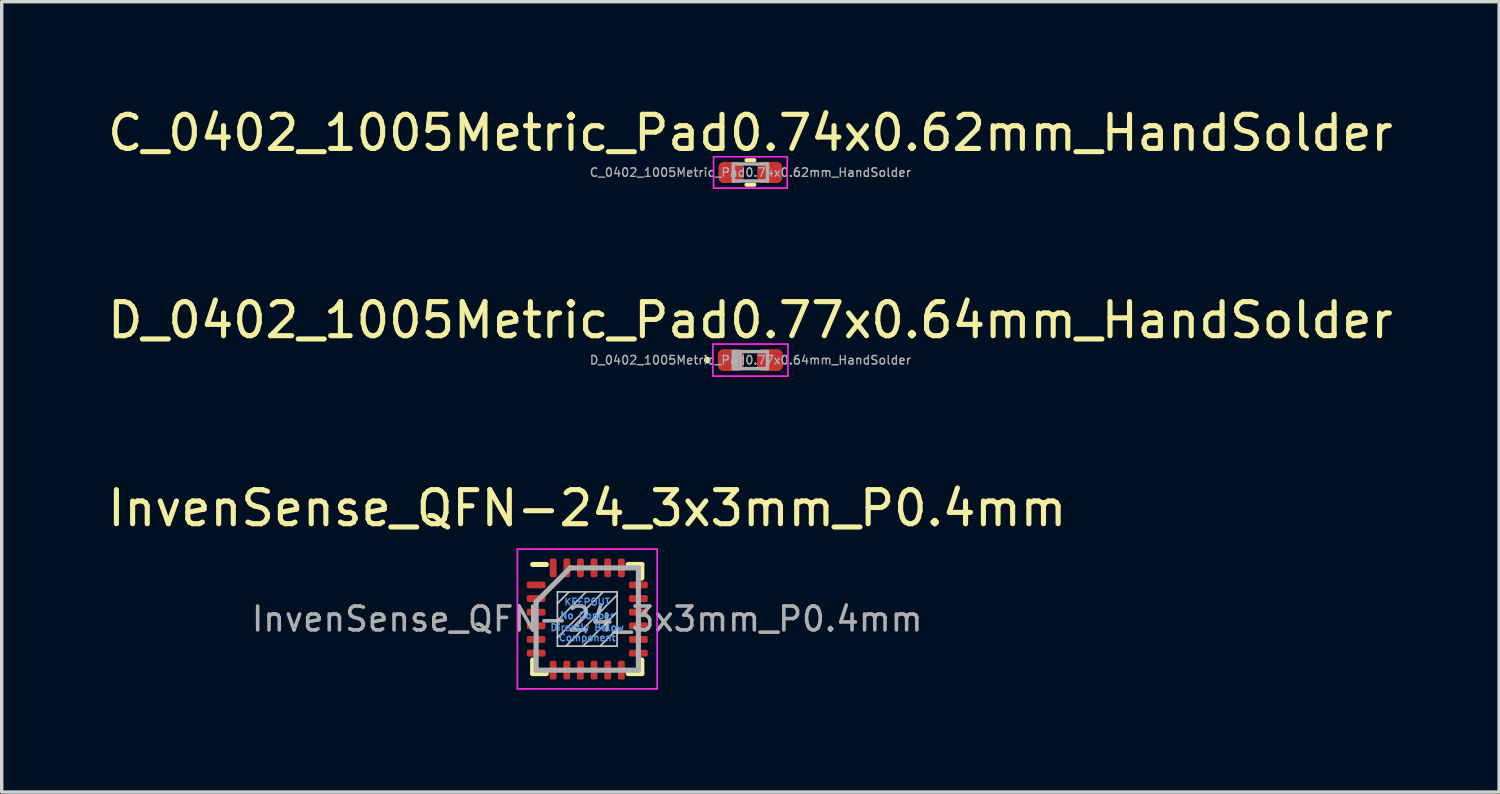
<source format=kicad_pcb>
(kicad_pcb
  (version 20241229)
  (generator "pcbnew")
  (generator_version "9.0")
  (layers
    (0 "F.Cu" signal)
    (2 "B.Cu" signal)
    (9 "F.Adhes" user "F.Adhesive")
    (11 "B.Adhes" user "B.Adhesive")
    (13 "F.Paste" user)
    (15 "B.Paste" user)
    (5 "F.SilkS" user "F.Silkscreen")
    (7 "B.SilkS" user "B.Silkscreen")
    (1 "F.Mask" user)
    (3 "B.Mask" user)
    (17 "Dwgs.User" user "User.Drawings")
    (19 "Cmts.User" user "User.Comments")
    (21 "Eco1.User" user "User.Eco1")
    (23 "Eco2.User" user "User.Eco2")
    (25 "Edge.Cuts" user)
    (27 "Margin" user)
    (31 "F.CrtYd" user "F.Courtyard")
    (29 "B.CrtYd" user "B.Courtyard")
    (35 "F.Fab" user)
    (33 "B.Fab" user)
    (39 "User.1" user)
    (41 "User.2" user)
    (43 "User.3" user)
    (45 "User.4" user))
  (footprint "D_0402_1005Metric_Pad0.77x0.64mm_HandSolder"
    (layer "F.Cu")
    (at 18.958 7.511)
    (property "Reference" "D_0402_1005Metric_Pad0.77x0.64mm_HandSolder" (at 0 -1.17 0) (layer "F.SilkS") (effects (font (size 1 1) (thickness 0.15))))
    (attr smd)
    (fp_circle (center -1.265 0) (end -1.215 0) (stroke (width 0.1) (type solid)) (fill no) (layer "F.SilkS"))
    (fp_line (start -1.1 -0.47) (end 1.1 -0.47) (stroke (width 0.05) (type solid)) (layer "F.CrtYd"))
    (fp_line (start -1.1 0.47) (end -1.1 -0.47) (stroke (width 0.05) (type solid)) (layer "F.CrtYd"))
    (fp_line (start 1.1 -0.47) (end 1.1 0.47) (stroke (width 0.05) (type solid)) (layer "F.CrtYd"))
    (fp_line (start 1.1 0.47) (end -1.1 0.47) (stroke (width 0.05) (type solid)) (layer "F.CrtYd"))
    (fp_line (start -0.5 -0.25) (end 0.5 -0.25) (stroke (width 0.1) (type solid)) (layer "F.Fab"))
    (fp_line (start -0.5 0.25) (end -0.5 -0.25) (stroke (width 0.1) (type solid)) (layer "F.Fab"))
    (fp_line (start -0.4 0.25) (end -0.4 -0.25) (stroke (width 0.1) (type solid)) (layer "F.Fab"))
    (fp_line (start -0.3 0.25) (end -0.3 -0.25) (stroke (width 0.1) (type solid)) (layer "F.Fab"))
    (fp_line (start 0.5 -0.25) (end 0.5 0.25) (stroke (width 0.1) (type solid)) (layer "F.Fab"))
    (fp_line (start 0.5 0.25) (end -0.5 0.25) (stroke (width 0.1) (type solid)) (layer "F.Fab"))
    (fp_text user "${REFERENCE}" (at 0 0 0) (layer "F.Fab") (effects (font (size 0.25 0.25) (thickness 0.04))))
    (pad "1" smd roundrect (at -0.573 0) (size 0.765 0.64) (layers "F.Cu" "F.Mask" "F.Paste") (roundrect_rratio 0.25))
    (pad "2" smd roundrect (at 0.573 0) (size 0.765 0.64) (layers "F.Cu" "F.Mask" "F.Paste") (roundrect_rratio 0.25)))
  (footprint "C_0402_1005Metric_Pad0.74x0.62mm_HandSolder"
    (layer "F.Cu")
    (at 18.958 2.008)
    (property "Reference" "C_0402_1005Metric_Pad0.74x0.62mm_HandSolder" (at 0 -1.16 0) (layer "F.SilkS") (effects (font (size 1 1) (thickness 0.15))))
    (attr smd)
    (fp_line (start -0.116 -0.36) (end 0.116 -0.36) (stroke (width 0.12) (type solid)) (layer "F.SilkS"))
    (fp_line (start -0.116 0.36) (end 0.116 0.36) (stroke (width 0.12) (type solid)) (layer "F.SilkS"))
    (fp_line (start -1.08 -0.46) (end 1.08 -0.46) (stroke (width 0.05) (type solid)) (layer "F.CrtYd"))
    (fp_line (start -1.08 0.46) (end -1.08 -0.46) (stroke (width 0.05) (type solid)) (layer "F.CrtYd"))
    (fp_line (start 1.08 -0.46) (end 1.08 0.46) (stroke (width 0.05) (type solid)) (layer "F.CrtYd"))
    (fp_line (start 1.08 0.46) (end -1.08 0.46) (stroke (width 0.05) (type solid)) (layer "F.CrtYd"))
    (fp_line (start -0.5 -0.25) (end 0.5 -0.25) (stroke (width 0.1) (type solid)) (layer "F.Fab"))
    (fp_line (start -0.5 0.25) (end -0.5 -0.25) (stroke (width 0.1) (type solid)) (layer "F.Fab"))
    (fp_line (start 0.5 -0.25) (end 0.5 0.25) (stroke (width 0.1) (type solid)) (layer "F.Fab"))
    (fp_line (start 0.5 0.25) (end -0.5 0.25) (stroke (width 0.1) (type solid)) (layer "F.Fab"))
    (fp_text user "${REFERENCE}" (at 0 0 0) (layer "F.Fab") (effects (font (size 0.25 0.25) (thickness 0.04))))
    (pad "1" smd roundrect (at -0.568 0) (size 0.735 0.62) (layers "F.Cu" "F.Mask" "F.Paste") (roundrect_rratio 0.25))
    (pad "2" smd roundrect (at 0.568 0) (size 0.735 0.62) (layers "F.Cu" "F.Mask" "F.Paste") (roundrect_rratio 0.25)))
  (footprint "InvenSense_QFN-24_3x3mm_P0.4mm"
    (layer "F.Cu")
    (at 14.173 15.105)
    (property "Reference" "InvenSense_QFN-24_3x3mm_P0.4mm" (at 0 -3.25 0) (layer "F.SilkS") (effects (font (size 1 1) (thickness 0.15))))
    (attr smd)
    (fp_line (start -1.6 -1.6) (end -1.2 -1.6) (stroke (width 0.15) (type solid)) (layer "F.SilkS"))
    (fp_line (start -1.6 1.6) (end -1.6 1.2) (stroke (width 0.15) (type solid)) (layer "F.SilkS"))
    (fp_line (start -1.6 1.6) (end -1.2 1.6) (stroke (width 0.15) (type solid)) (layer "F.SilkS"))
    (fp_line (start 1.6 -1.6) (end 1.2 -1.6) (stroke (width 0.15) (type solid)) (layer "F.SilkS"))
    (fp_line (start 1.6 -1.6) (end 1.6 -1.2) (stroke (width 0.15) (type solid)) (layer "F.SilkS"))
    (fp_line (start 1.6 1.6) (end 1.2 1.6) (stroke (width 0.15) (type solid)) (layer "F.SilkS"))
    (fp_line (start 1.6 1.6) (end 1.6 1.2) (stroke (width 0.15) (type solid)) (layer "F.SilkS"))
    (fp_line (start -0.875 -0.795) (end -0.875 0.795) (stroke (width 0.05) (type solid)) (layer "Dwgs.User"))
    (fp_line (start -0.875 -0.795) (end 0.875 -0.795) (stroke (width 0.05) (type solid)) (layer "Dwgs.User"))
    (fp_line (start -0.875 0.795) (end 0.875 0.795) (stroke (width 0.05) (type solid)) (layer "Dwgs.User"))
    (fp_line (start -0.535 -0.795) (end -0.875 -0.455) (stroke (width 0.05) (type solid)) (layer "Dwgs.User"))
    (fp_line (start -0.035 -0.795) (end -0.875 0.045) (stroke (width 0.05) (type solid)) (layer "Dwgs.User"))
    (fp_line (start 0.465 -0.795) (end -0.875 0.545) (stroke (width 0.05) (type solid)) (layer "Dwgs.User"))
    (fp_line (start 0.875 -0.795) (end 0.875 0.795) (stroke (width 0.05) (type solid)) (layer "Dwgs.User"))
    (fp_line (start 0.875 -0.705) (end -0.625 0.795) (stroke (width 0.05) (type solid)) (layer "Dwgs.User"))
    (fp_line (start 0.875 -0.205) (end -0.125 0.795) (stroke (width 0.05) (type solid)) (layer "Dwgs.User"))
    (fp_line (start 0.875 0.295) (end 0.375 0.795) (stroke (width 0.05) (type solid)) (layer "Dwgs.User"))
    (fp_line (start -2.05 -2.05) (end 2.05 -2.05) (stroke (width 0.05) (type solid)) (layer "F.CrtYd"))
    (fp_line (start -2.05 2.05) (end -2.05 -2.05) (stroke (width 0.05) (type solid)) (layer "F.CrtYd"))
    (fp_line (start 2.05 -2.05) (end 2.05 2.05) (stroke (width 0.05) (type solid)) (layer "F.CrtYd"))
    (fp_line (start 2.05 2.05) (end -2.05 2.05) (stroke (width 0.05) (type solid)) (layer "F.CrtYd"))
    (fp_line (start -1.5 -0.5) (end -0.5 -1.5) (stroke (width 0.15) (type solid)) (layer "F.Fab"))
    (fp_line (start -1.5 1.5) (end -1.5 -0.5) (stroke (width 0.15) (type solid)) (layer "F.Fab"))
    (fp_line (start -0.5 -1.5) (end 1.5 -1.5) (stroke (width 0.15) (type solid)) (layer "F.Fab"))
    (fp_line (start 1.5 -1.5) (end 1.5 1.5) (stroke (width 0.15) (type solid)) (layer "F.Fab"))
    (fp_line (start 1.5 1.5) (end -1.5 1.5) (stroke (width 0.15) (type solid)) (layer "F.Fab"))
    (fp_text user "KEEPOUT" (at 0 -0.5 0) (layer "Cmts.User") (effects (font (size 0.2 0.2) (thickness 0.04))))
    (fp_text user "Component" (at 0 0.55 0) (layer "Cmts.User") (effects (font (size 0.2 0.2) (thickness 0.04))))
    (fp_text user "No Copper" (at 0 -0.1 0) (layer "Cmts.User") (effects (font (size 0.2 0.2) (thickness 0.04))))
    (fp_text user "Directly Below" (at 0 0.25 0) (layer "Cmts.User") (effects (font (size 0.2 0.2) (thickness 0.04))))
    (fp_text user "${REFERENCE}" (at 0 0 0) (layer "F.Fab") (effects (font (size 0.7 0.7) (thickness 0.105))))
    (pad "1" smd roundrect (at -1.5 -1) (size 0.55 0.2) (layers "F.Cu" "F.Mask" "F.Paste") (roundrect_rratio 0.25))
    (pad "2" smd roundrect (at -1.5 -0.6) (size 0.55 0.2) (layers "F.Cu" "F.Mask" "F.Paste") (roundrect_rratio 0.25))
    (pad "3" smd roundrect (at -1.5 -0.2) (size 0.55 0.2) (layers "F.Cu" "F.Mask" "F.Paste") (roundrect_rratio 0.25))
    (pad "4" smd roundrect (at -1.5 0.2) (size 0.55 0.2) (layers "F.Cu" "F.Mask" "F.Paste") (roundrect_rratio 0.25))
    (pad "5" smd roundrect (at -1.5 0.6) (size 0.55 0.2) (layers "F.Cu" "F.Mask" "F.Paste") (roundrect_rratio 0.25))
    (pad "6" smd roundrect (at -1.5 1) (size 0.55 0.2) (layers "F.Cu" "F.Mask" "F.Paste") (roundrect_rratio 0.25))
    (pad "7" smd roundrect (at -1 1.5 90) (size 0.55 0.2) (layers "F.Cu" "F.Mask" "F.Paste") (roundrect_rratio 0.25))
    (pad "8" smd roundrect (at -0.6 1.5 90) (size 0.55 0.2) (layers "F.Cu" "F.Mask" "F.Paste") (roundrect_rratio 0.25))
    (pad "9" smd roundrect (at -0.2 1.5 90) (size 0.55 0.2) (layers "F.Cu" "F.Mask" "F.Paste") (roundrect_rratio 0.25))
    (pad "10" smd roundrect (at 0.2 1.5 90) (size 0.55 0.2) (layers "F.Cu" "F.Mask" "F.Paste") (roundrect_rratio 0.25))
    (pad "11" smd roundrect (at 0.6 1.5 90) (size 0.55 0.2) (layers "F.Cu" "F.Mask" "F.Paste") (roundrect_rratio 0.25))
    (pad "12" smd roundrect (at 1 1.5 90) (size 0.55 0.2) (layers "F.Cu" "F.Mask" "F.Paste") (roundrect_rratio 0.25))
    (pad "13" smd roundrect (at 1.5 1) (size 0.55 0.2) (layers "F.Cu" "F.Mask" "F.Paste") (roundrect_rratio 0.25))
    (pad "14" smd roundrect (at 1.5 0.6) (size 0.55 0.2) (layers "F.Cu" "F.Mask" "F.Paste") (roundrect_rratio 0.25))
    (pad "15" smd roundrect (at 1.5 0.2) (size 0.55 0.2) (layers "F.Cu" "F.Mask" "F.Paste") (roundrect_rratio 0.25))
    (pad "16" smd roundrect (at 1.5 -0.2) (size 0.55 0.2) (layers "F.Cu" "F.Mask" "F.Paste") (roundrect_rratio 0.25))
    (pad "17" smd roundrect (at 1.5 -0.6) (size 0.55 0.2) (layers "F.Cu" "F.Mask" "F.Paste") (roundrect_rratio 0.25))
    (pad "18" smd roundrect (at 1.5 -1) (size 0.55 0.2) (layers "F.Cu" "F.Mask" "F.Paste") (roundrect_rratio 0.25))
    (pad "19" smd roundrect (at 1 -1.5 90) (size 0.55 0.2) (layers "F.Cu" "F.Mask" "F.Paste") (roundrect_rratio 0.25))
    (pad "20" smd roundrect (at 0.6 -1.5 90) (size 0.55 0.2) (layers "F.Cu" "F.Mask" "F.Paste") (roundrect_rratio 0.25))
    (pad "21" smd roundrect (at 0.2 -1.5 90) (size 0.55 0.2) (layers "F.Cu" "F.Mask" "F.Paste") (roundrect_rratio 0.25))
    (pad "22" smd roundrect (at -0.2 -1.5 90) (size 0.55 0.2) (layers "F.Cu" "F.Mask" "F.Paste") (roundrect_rratio 0.25))
    (pad "23" smd roundrect (at -0.6 -1.5 90) (size 0.55 0.2) (layers "F.Cu" "F.Mask" "F.Paste") (roundrect_rratio 0.25))
    (pad "24" smd roundrect (at -1 -1.5 90) (size 0.55 0.2) (layers "F.Cu" "F.Mask" "F.Paste") (roundrect_rratio 0.25)))
  (gr_rect
    (start -3 -3)
    (end 40.917 20.18)
    (stroke (width 0.1) (type default))
    (fill no)
    (layer "Edge.Cuts")))
</source>
